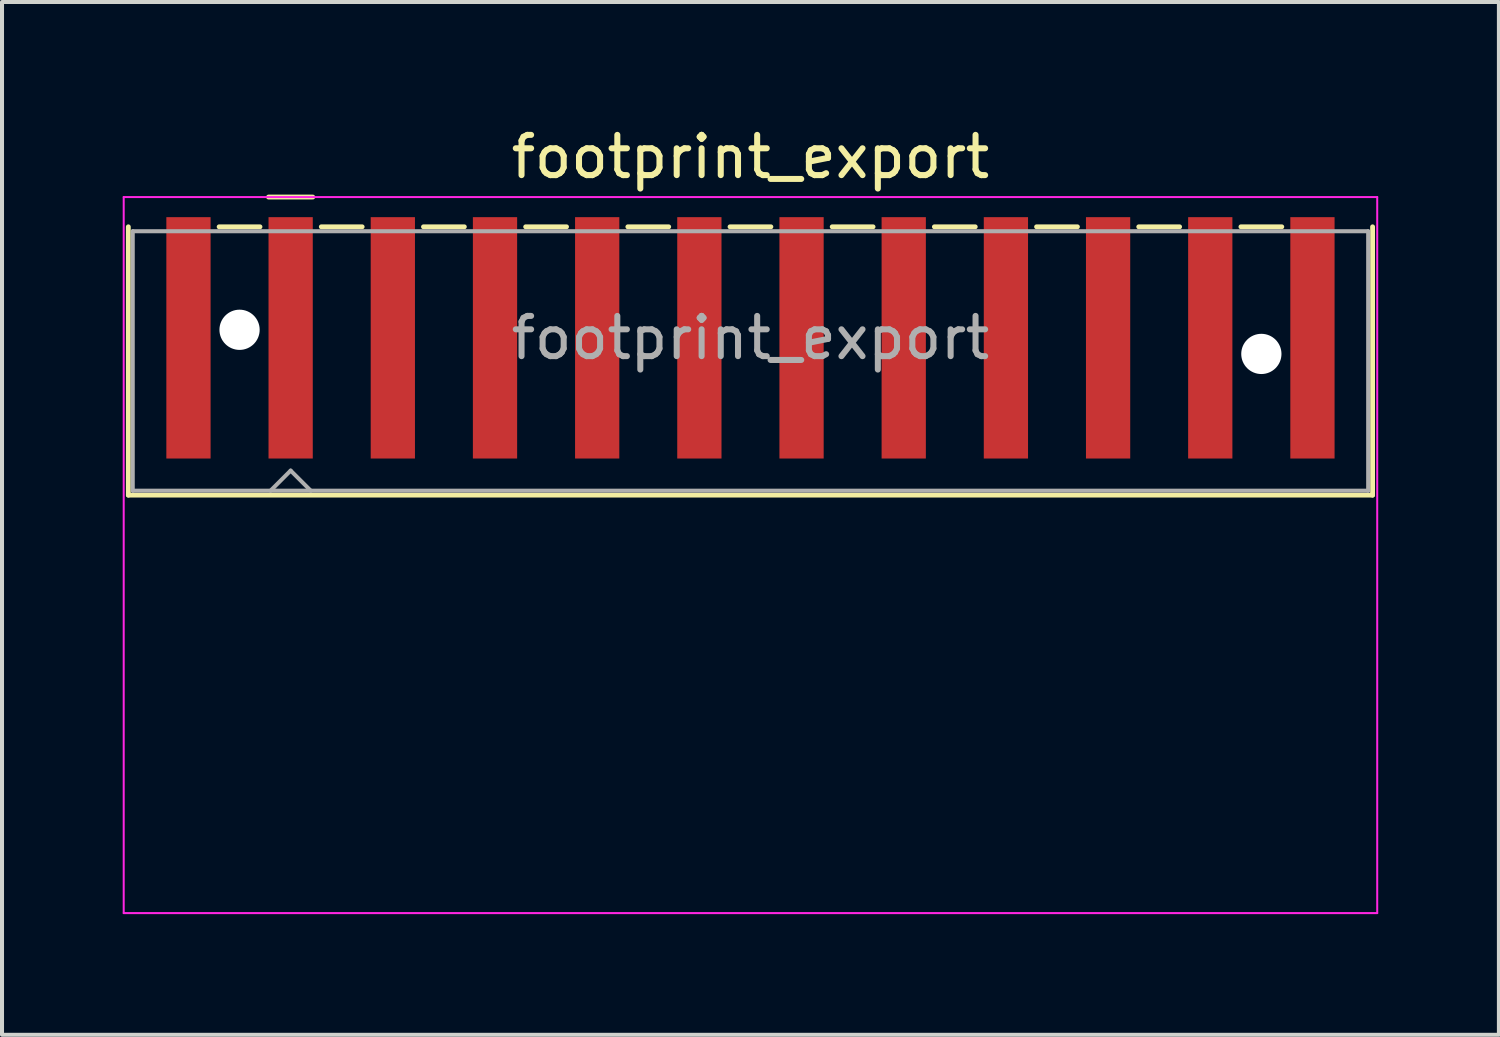
<source format=kicad_pcb>
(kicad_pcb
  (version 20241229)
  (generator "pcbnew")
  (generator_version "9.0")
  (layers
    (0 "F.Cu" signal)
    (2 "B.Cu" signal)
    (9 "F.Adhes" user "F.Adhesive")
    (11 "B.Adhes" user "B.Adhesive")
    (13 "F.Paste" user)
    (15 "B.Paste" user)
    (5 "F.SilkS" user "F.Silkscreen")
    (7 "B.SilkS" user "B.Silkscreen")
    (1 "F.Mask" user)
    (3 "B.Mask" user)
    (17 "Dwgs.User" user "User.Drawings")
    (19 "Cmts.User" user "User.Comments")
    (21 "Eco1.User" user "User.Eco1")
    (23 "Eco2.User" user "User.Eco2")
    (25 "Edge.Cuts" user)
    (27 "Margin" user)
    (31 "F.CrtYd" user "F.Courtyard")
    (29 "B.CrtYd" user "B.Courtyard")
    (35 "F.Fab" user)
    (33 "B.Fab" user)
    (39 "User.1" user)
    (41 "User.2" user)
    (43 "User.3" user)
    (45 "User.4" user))
  (footprint "footprint_export"
    (layer "F.Cu")
    (at 15.605 6.648)
    (property "Reference" "footprint_export" (at 0 -5.8 0) (layer "F.SilkS") (effects (font (size 1 1) (thickness 0.15))))
    (attr smd)
    (fp_line (start -15.465 -4.06) (end -15.465 2.61) (stroke (width 0.12) (type solid)) (layer "F.SilkS"))
    (fp_line (start -13.208 -4.06) (end -12.192 -4.06) (stroke (width 0.12) (type solid)) (layer "F.SilkS"))
    (fp_line (start -11.98 -4.8) (end -10.88 -4.8) (stroke (width 0.12) (type solid)) (layer "F.SilkS"))
    (fp_line (start -10.668 -4.06) (end -9.652 -4.06) (stroke (width 0.12) (type solid)) (layer "F.SilkS"))
    (fp_line (start -8.128 -4.06) (end -7.112 -4.06) (stroke (width 0.12) (type solid)) (layer "F.SilkS"))
    (fp_line (start -5.588 -4.06) (end -4.572 -4.06) (stroke (width 0.12) (type solid)) (layer "F.SilkS"))
    (fp_line (start -3.048 -4.06) (end -2.032 -4.06) (stroke (width 0.12) (type solid)) (layer "F.SilkS"))
    (fp_line (start -0.508 -4.06) (end 0.508 -4.06) (stroke (width 0.12) (type solid)) (layer "F.SilkS"))
    (fp_line (start 2.032 -4.06) (end 3.048 -4.06) (stroke (width 0.12) (type solid)) (layer "F.SilkS"))
    (fp_line (start 4.572 -4.06) (end 5.588 -4.06) (stroke (width 0.12) (type solid)) (layer "F.SilkS"))
    (fp_line (start 7.112 -4.06) (end 8.128 -4.06) (stroke (width 0.12) (type solid)) (layer "F.SilkS"))
    (fp_line (start 9.652 -4.06) (end 10.668 -4.06) (stroke (width 0.12) (type solid)) (layer "F.SilkS"))
    (fp_line (start 12.192 -4.06) (end 13.208 -4.06) (stroke (width 0.12) (type solid)) (layer "F.SilkS"))
    (fp_line (start 15.465 -4.06) (end 15.465 2.61) (stroke (width 0.12) (type solid)) (layer "F.SilkS"))
    (fp_line (start 15.465 2.61) (end -15.465 2.61) (stroke (width 0.12) (type solid)) (layer "F.SilkS"))
    (fp_line (start -15.58 -4.8) (end -15.58 13) (stroke (width 0.05) (type solid)) (layer "F.CrtYd"))
    (fp_line (start -15.58 13) (end 15.58 13) (stroke (width 0.05) (type solid)) (layer "F.CrtYd"))
    (fp_line (start 15.58 -4.8) (end -15.58 -4.8) (stroke (width 0.05) (type solid)) (layer "F.CrtYd"))
    (fp_line (start 15.58 13) (end 15.58 -4.8) (stroke (width 0.05) (type solid)) (layer "F.CrtYd"))
    (fp_line (start -15.355 -3.95) (end -15.355 2.5) (stroke (width 0.1) (type solid)) (layer "F.Fab"))
    (fp_line (start -15.355 2.5) (end 15.355 2.5) (stroke (width 0.1) (type solid)) (layer "F.Fab"))
    (fp_line (start -11.93 2.5) (end -11.43 2) (stroke (width 0.1) (type solid)) (layer "F.Fab"))
    (fp_line (start -11.43 2) (end -10.93 2.5) (stroke (width 0.1) (type solid)) (layer "F.Fab"))
    (fp_line (start 15.355 -3.95) (end -15.355 -3.95) (stroke (width 0.1) (type solid)) (layer "F.Fab"))
    (fp_line (start 15.355 2.5) (end 15.355 -3.95) (stroke (width 0.1) (type solid)) (layer "F.Fab"))
    (fp_text user "${REFERENCE}" (at 0 -1.3 0) (layer "F.Fab") (effects (font (size 1 1) (thickness 0.15))))
    (pad "" np_thru_hole circle (at -12.7 -1.5) (size 1 1) (drill 1) (layers "*.Cu" "*.Mask"))
    (pad "" np_thru_hole circle (at 12.7 -0.9) (size 1 1) (drill 1) (layers "*.Cu" "*.Mask"))
    (pad "1" smd rect (at -11.43 -1.3) (size 1.1 6) (layers "F.Cu" "F.Mask" "F.Paste"))
    (pad "2" smd rect (at -8.89 -1.3) (size 1.1 6) (layers "F.Cu" "F.Mask" "F.Paste"))
    (pad "3" smd rect (at -6.35 -1.3) (size 1.1 6) (layers "F.Cu" "F.Mask" "F.Paste"))
    (pad "4" smd rect (at -3.81 -1.3) (size 1.1 6) (layers "F.Cu" "F.Mask" "F.Paste"))
    (pad "5" smd rect (at -1.27 -1.3) (size 1.1 6) (layers "F.Cu" "F.Mask" "F.Paste"))
    (pad "6" smd rect (at 1.27 -1.3) (size 1.1 6) (layers "F.Cu" "F.Mask" "F.Paste"))
    (pad "7" smd rect (at 3.81 -1.3) (size 1.1 6) (layers "F.Cu" "F.Mask" "F.Paste"))
    (pad "8" smd rect (at 6.35 -1.3) (size 1.1 6) (layers "F.Cu" "F.Mask" "F.Paste"))
    (pad "9" smd rect (at 8.89 -1.3) (size 1.1 6) (layers "F.Cu" "F.Mask" "F.Paste"))
    (pad "10" smd rect (at 11.43 -1.3) (size 1.1 6) (layers "F.Cu" "F.Mask" "F.Paste"))
    (pad "MP" smd rect (at -13.97 -1.3) (size 1.1 6) (layers "F.Cu" "F.Mask" "F.Paste"))
    (pad "MP" smd rect (at 13.97 -1.3) (size 1.1 6) (layers "F.Cu" "F.Mask" "F.Paste")))
  (gr_rect
    (start -3 -3)
    (end 34.21 22.673)
    (stroke (width 0.1) (type default))
    (fill no)
    (layer "Edge.Cuts")))
</source>
